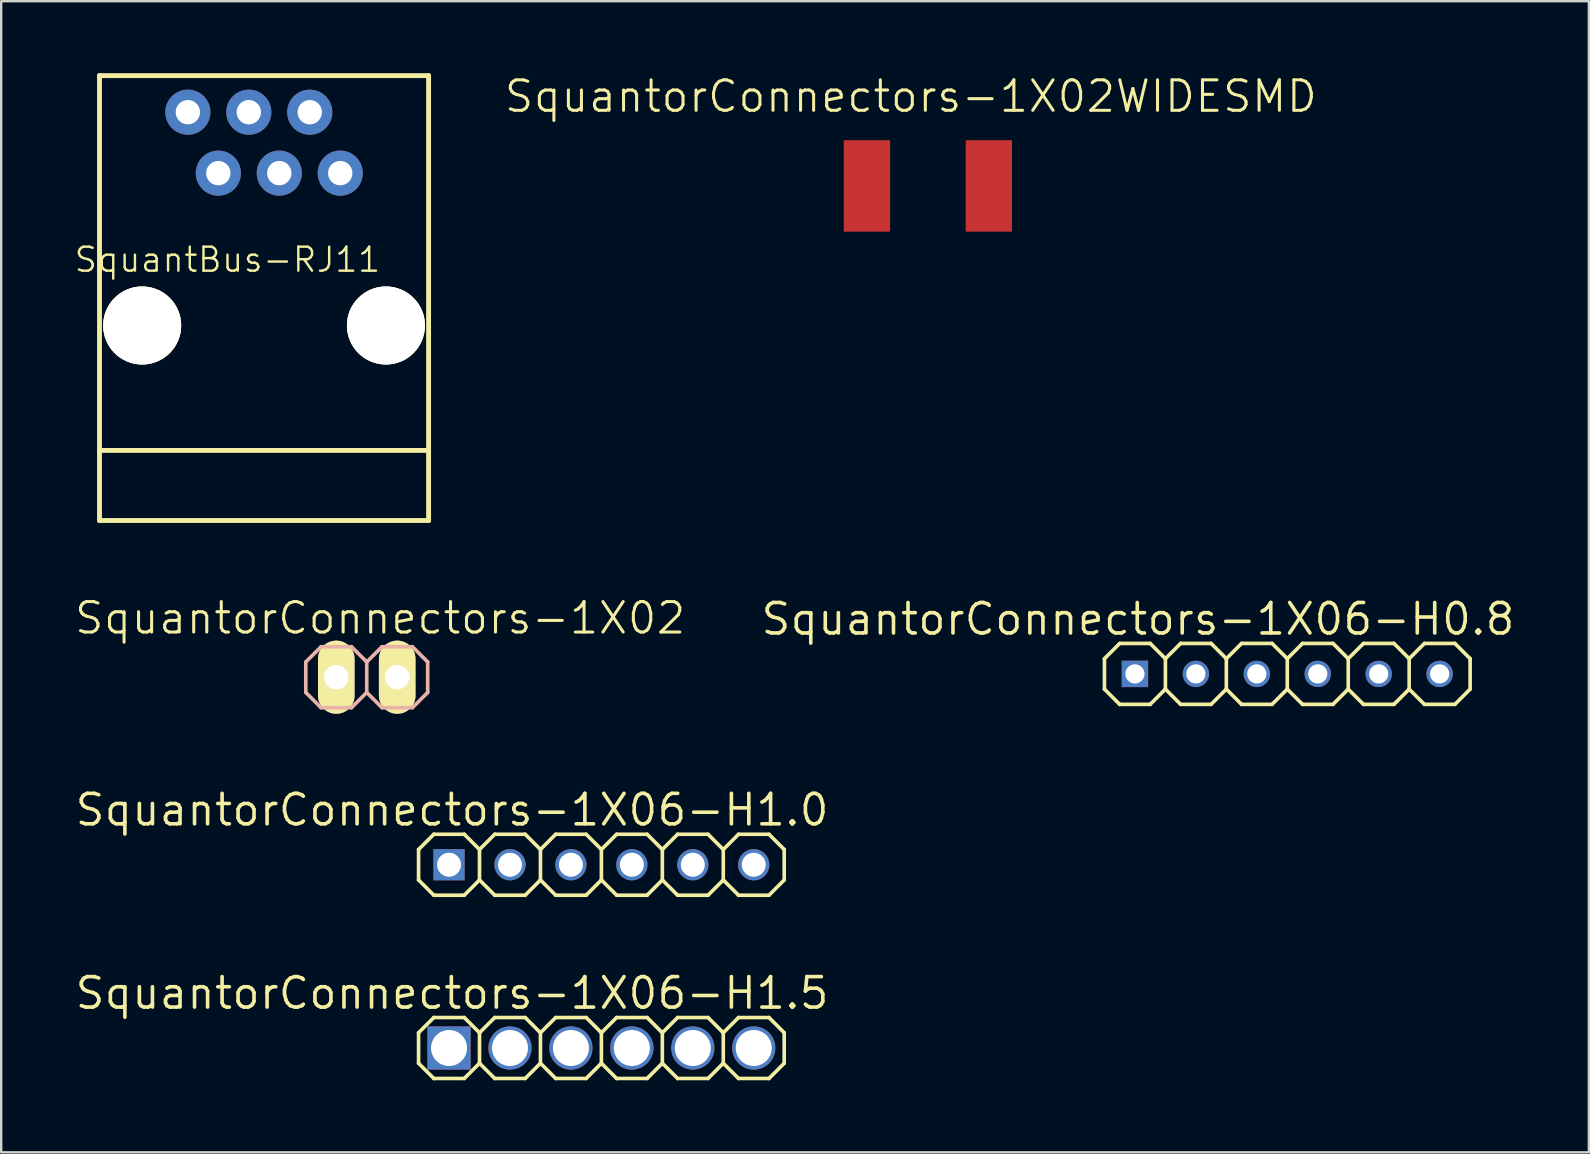
<source format=kicad_pcb>
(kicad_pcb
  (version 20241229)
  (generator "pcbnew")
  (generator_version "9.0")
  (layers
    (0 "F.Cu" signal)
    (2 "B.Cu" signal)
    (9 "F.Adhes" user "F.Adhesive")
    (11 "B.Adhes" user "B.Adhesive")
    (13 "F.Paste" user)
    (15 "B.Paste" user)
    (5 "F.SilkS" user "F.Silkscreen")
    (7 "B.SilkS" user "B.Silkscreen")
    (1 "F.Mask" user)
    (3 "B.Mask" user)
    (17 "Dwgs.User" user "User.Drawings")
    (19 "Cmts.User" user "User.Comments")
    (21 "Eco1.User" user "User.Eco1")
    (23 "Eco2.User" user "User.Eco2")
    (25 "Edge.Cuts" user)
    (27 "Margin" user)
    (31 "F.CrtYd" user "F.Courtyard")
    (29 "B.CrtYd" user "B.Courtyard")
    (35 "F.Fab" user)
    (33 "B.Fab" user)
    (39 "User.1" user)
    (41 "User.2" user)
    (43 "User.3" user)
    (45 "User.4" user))
  (footprint "SquantorConnectors-1X02"
    (layer "F.Cu")
    (at 12.235 25.175)
    (property "Reference" "SquantorConnectors-1X02" (at 0.559 -2.464 0) (layer "F.SilkS") (effects (font (size 1.27 1.27) (thickness 0.127))))
    (attr exclude_from_pos_files exclude_from_bom)
    (fp_line (start -1.524 -0.254) (end -1.016 -0.254) (stroke (width 0.066) (type solid)) (layer "F.SilkS"))
    (fp_line (start -1.524 0.254) (end -1.524 -0.254) (stroke (width 0.066) (type solid)) (layer "F.SilkS"))
    (fp_line (start -1.524 0.254) (end -1.016 0.254) (stroke (width 0.066) (type solid)) (layer "F.SilkS"))
    (fp_line (start -1.016 0.254) (end -1.016 -0.254) (stroke (width 0.066) (type solid)) (layer "F.SilkS"))
    (fp_line (start 1.016 -0.254) (end 1.524 -0.254) (stroke (width 0.066) (type solid)) (layer "F.SilkS"))
    (fp_line (start 1.016 0.254) (end 1.016 -0.254) (stroke (width 0.066) (type solid)) (layer "F.SilkS"))
    (fp_line (start 1.016 0.254) (end 1.524 0.254) (stroke (width 0.066) (type solid)) (layer "F.SilkS"))
    (fp_line (start 1.524 0.254) (end 1.524 -0.254) (stroke (width 0.066) (type solid)) (layer "F.SilkS"))
    (fp_line (start -2.54 -0.635) (end -2.54 0.635) (stroke (width 0.152) (type solid)) (layer "B.SilkS"))
    (fp_line (start -2.54 0.635) (end -1.905 1.27) (stroke (width 0.152) (type solid)) (layer "B.SilkS"))
    (fp_line (start -1.905 -1.27) (end -2.54 -0.635) (stroke (width 0.152) (type solid)) (layer "B.SilkS"))
    (fp_line (start -1.905 -1.27) (end -0.635 -1.27) (stroke (width 0.152) (type solid)) (layer "B.SilkS"))
    (fp_line (start -0.635 -1.27) (end 0 -0.635) (stroke (width 0.152) (type solid)) (layer "B.SilkS"))
    (fp_line (start -0.635 1.27) (end -1.905 1.27) (stroke (width 0.152) (type solid)) (layer "B.SilkS"))
    (fp_line (start 0 -0.635) (end 0 0.635) (stroke (width 0.152) (type solid)) (layer "B.SilkS"))
    (fp_line (start 0 -0.635) (end 0.635 -1.27) (stroke (width 0.152) (type solid)) (layer "B.SilkS"))
    (fp_line (start 0 0.635) (end -0.635 1.27) (stroke (width 0.152) (type solid)) (layer "B.SilkS"))
    (fp_line (start 0.635 -1.27) (end 1.905 -1.27) (stroke (width 0.152) (type solid)) (layer "B.SilkS"))
    (fp_line (start 0.635 1.27) (end 0 0.635) (stroke (width 0.152) (type solid)) (layer "B.SilkS"))
    (fp_line (start 1.905 -1.27) (end 2.54 -0.635) (stroke (width 0.152) (type solid)) (layer "B.SilkS"))
    (fp_line (start 1.905 1.27) (end 0.635 1.27) (stroke (width 0.152) (type solid)) (layer "B.SilkS"))
    (fp_line (start 2.54 -0.635) (end 2.54 0.635) (stroke (width 0.152) (type solid)) (layer "B.SilkS"))
    (fp_line (start 2.54 0.635) (end 1.905 1.27) (stroke (width 0.152) (type solid)) (layer "B.SilkS"))
    (pad "1" thru_hole oval (at -1.27 0 180) (size 1.524 3.048) (drill 1.016) (layers "*.Cu" "F.Mask" "F.SilkS" "F.Paste"))
    (pad "2" thru_hole oval (at 1.27 0 180) (size 1.524 3.048) (drill 1.016) (layers "*.Cu" "F.Mask" "F.SilkS" "F.Paste")))
  (footprint "SquantorConnectors-1X06-H0.8"
    (layer "F.Cu")
    (at 50.602 25.037)
    (property "Reference" "SquantorConnectors-1X06-H0.8" (at -6.223 -2.286 0) (layer "F.SilkS") (effects (font (size 1.27 1.27) (thickness 0.15))))
    (attr exclude_from_pos_files exclude_from_bom)
    (fp_line (start -7.62 -0.635) (end -7.62 0.635) (stroke (width 0.152) (type solid)) (layer "F.SilkS"))
    (fp_line (start -7.62 0.635) (end -6.985 1.27) (stroke (width 0.152) (type solid)) (layer "F.SilkS"))
    (fp_line (start -6.985 -1.27) (end -7.62 -0.635) (stroke (width 0.152) (type solid)) (layer "F.SilkS"))
    (fp_line (start -6.985 -1.27) (end -5.715 -1.27) (stroke (width 0.152) (type solid)) (layer "F.SilkS"))
    (fp_line (start -5.715 -1.27) (end -5.08 -0.635) (stroke (width 0.152) (type solid)) (layer "F.SilkS"))
    (fp_line (start -5.715 1.27) (end -6.985 1.27) (stroke (width 0.152) (type solid)) (layer "F.SilkS"))
    (fp_line (start -5.08 -0.635) (end -5.08 0.635) (stroke (width 0.152) (type solid)) (layer "F.SilkS"))
    (fp_line (start -5.08 -0.635) (end -4.445 -1.27) (stroke (width 0.152) (type solid)) (layer "F.SilkS"))
    (fp_line (start -5.08 0.635) (end -5.715 1.27) (stroke (width 0.152) (type solid)) (layer "F.SilkS"))
    (fp_line (start -4.445 -1.27) (end -3.175 -1.27) (stroke (width 0.152) (type solid)) (layer "F.SilkS"))
    (fp_line (start -4.445 1.27) (end -5.08 0.635) (stroke (width 0.152) (type solid)) (layer "F.SilkS"))
    (fp_line (start -3.175 -1.27) (end -2.54 -0.635) (stroke (width 0.152) (type solid)) (layer "F.SilkS"))
    (fp_line (start -3.175 1.27) (end -4.445 1.27) (stroke (width 0.152) (type solid)) (layer "F.SilkS"))
    (fp_line (start -2.54 -0.635) (end -2.54 0.635) (stroke (width 0.152) (type solid)) (layer "F.SilkS"))
    (fp_line (start -2.54 -0.635) (end -1.905 -1.27) (stroke (width 0.152) (type solid)) (layer "F.SilkS"))
    (fp_line (start -2.54 0.635) (end -3.175 1.27) (stroke (width 0.152) (type solid)) (layer "F.SilkS"))
    (fp_line (start -1.905 -1.27) (end -0.635 -1.27) (stroke (width 0.152) (type solid)) (layer "F.SilkS"))
    (fp_line (start -1.905 1.27) (end -2.54 0.635) (stroke (width 0.152) (type solid)) (layer "F.SilkS"))
    (fp_line (start -0.635 -1.27) (end 0 -0.635) (stroke (width 0.152) (type solid)) (layer "F.SilkS"))
    (fp_line (start -0.635 1.27) (end -1.905 1.27) (stroke (width 0.152) (type solid)) (layer "F.SilkS"))
    (fp_line (start 0 -0.635) (end 0 0.635) (stroke (width 0.152) (type solid)) (layer "F.SilkS"))
    (fp_line (start 0 0.635) (end -0.635 1.27) (stroke (width 0.152) (type solid)) (layer "F.SilkS"))
    (fp_line (start 0 0.635) (end 0.635 1.27) (stroke (width 0.152) (type solid)) (layer "F.SilkS"))
    (fp_line (start 0.635 -1.27) (end 0 -0.635) (stroke (width 0.152) (type solid)) (layer "F.SilkS"))
    (fp_line (start 0.635 -1.27) (end 1.905 -1.27) (stroke (width 0.152) (type solid)) (layer "F.SilkS"))
    (fp_line (start 1.905 -1.27) (end 2.54 -0.635) (stroke (width 0.152) (type solid)) (layer "F.SilkS"))
    (fp_line (start 1.905 1.27) (end 0.635 1.27) (stroke (width 0.152) (type solid)) (layer "F.SilkS"))
    (fp_line (start 2.54 -0.635) (end 2.54 0.635) (stroke (width 0.152) (type solid)) (layer "F.SilkS"))
    (fp_line (start 2.54 -0.635) (end 3.175 -1.27) (stroke (width 0.152) (type solid)) (layer "F.SilkS"))
    (fp_line (start 2.54 0.635) (end 1.905 1.27) (stroke (width 0.152) (type solid)) (layer "F.SilkS"))
    (fp_line (start 3.175 -1.27) (end 4.445 -1.27) (stroke (width 0.152) (type solid)) (layer "F.SilkS"))
    (fp_line (start 3.175 1.27) (end 2.54 0.635) (stroke (width 0.152) (type solid)) (layer "F.SilkS"))
    (fp_line (start 4.445 -1.27) (end 5.08 -0.635) (stroke (width 0.152) (type solid)) (layer "F.SilkS"))
    (fp_line (start 4.445 1.27) (end 3.175 1.27) (stroke (width 0.152) (type solid)) (layer "F.SilkS"))
    (fp_line (start 5.08 -0.635) (end 5.08 0.635) (stroke (width 0.15) (type solid)) (layer "F.SilkS"))
    (fp_line (start 5.08 0.635) (end 4.445 1.27) (stroke (width 0.152) (type solid)) (layer "F.SilkS"))
    (fp_line (start 5.08 0.635) (end 5.715 1.27) (stroke (width 0.152) (type solid)) (layer "F.SilkS"))
    (fp_line (start 5.715 -1.27) (end 5.08 -0.635) (stroke (width 0.152) (type solid)) (layer "F.SilkS"))
    (fp_line (start 5.715 -1.27) (end 6.985 -1.27) (stroke (width 0.152) (type solid)) (layer "F.SilkS"))
    (fp_line (start 6.985 -1.27) (end 7.62 -0.635) (stroke (width 0.152) (type solid)) (layer "F.SilkS"))
    (fp_line (start 6.985 1.27) (end 5.715 1.27) (stroke (width 0.152) (type solid)) (layer "F.SilkS"))
    (fp_line (start 7.62 -0.635) (end 7.62 0.635) (stroke (width 0.152) (type solid)) (layer "F.SilkS"))
    (fp_line (start 7.62 0.635) (end 6.985 1.27) (stroke (width 0.152) (type solid)) (layer "F.SilkS"))
    (pad "1" thru_hole trapezoid (at -6.35 0 180) (size 1.1 1.1) (drill 0.8) (layers "*.Cu" "*.Mask"))
    (pad "2" thru_hole circle (at -3.81 0 180) (size 1.1 1.1) (drill 0.8) (layers "*.Cu" "*.Mask"))
    (pad "3" thru_hole circle (at -1.27 0 180) (size 1.1 1.1) (drill 0.8) (layers "*.Cu" "*.Mask"))
    (pad "4" thru_hole circle (at 1.27 0 180) (size 1.1 1.1) (drill 0.8) (layers "*.Cu" "*.Mask"))
    (pad "5" thru_hole circle (at 3.81 0 180) (size 1.1 1.1) (drill 0.8) (layers "*.Cu" "*.Mask"))
    (pad "6" thru_hole circle (at 6.35 0 180) (size 1.1 1.1) (drill 0.8) (layers "*.Cu" "*.Mask")))
  (footprint "SquantorConnectors-1X06-H1.5"
    (layer "F.Cu")
    (at 22.015 40.629)
    (property "Reference" "SquantorConnectors-1X06-H1.5" (at -6.223 -2.286 0) (layer "F.SilkS") (effects (font (size 1.27 1.27) (thickness 0.15))))
    (attr exclude_from_pos_files exclude_from_bom)
    (fp_line (start -7.62 -0.635) (end -7.62 0.635) (stroke (width 0.152) (type solid)) (layer "F.SilkS"))
    (fp_line (start -7.62 0.635) (end -6.985 1.27) (stroke (width 0.152) (type solid)) (layer "F.SilkS"))
    (fp_line (start -6.985 -1.27) (end -7.62 -0.635) (stroke (width 0.152) (type solid)) (layer "F.SilkS"))
    (fp_line (start -6.985 -1.27) (end -5.715 -1.27) (stroke (width 0.152) (type solid)) (layer "F.SilkS"))
    (fp_line (start -5.715 -1.27) (end -5.08 -0.635) (stroke (width 0.152) (type solid)) (layer "F.SilkS"))
    (fp_line (start -5.715 1.27) (end -6.985 1.27) (stroke (width 0.152) (type solid)) (layer "F.SilkS"))
    (fp_line (start -5.08 -0.635) (end -5.08 0.635) (stroke (width 0.152) (type solid)) (layer "F.SilkS"))
    (fp_line (start -5.08 -0.635) (end -4.445 -1.27) (stroke (width 0.152) (type solid)) (layer "F.SilkS"))
    (fp_line (start -5.08 0.635) (end -5.715 1.27) (stroke (width 0.152) (type solid)) (layer "F.SilkS"))
    (fp_line (start -4.445 -1.27) (end -3.175 -1.27) (stroke (width 0.152) (type solid)) (layer "F.SilkS"))
    (fp_line (start -4.445 1.27) (end -5.08 0.635) (stroke (width 0.152) (type solid)) (layer "F.SilkS"))
    (fp_line (start -3.175 -1.27) (end -2.54 -0.635) (stroke (width 0.152) (type solid)) (layer "F.SilkS"))
    (fp_line (start -3.175 1.27) (end -4.445 1.27) (stroke (width 0.152) (type solid)) (layer "F.SilkS"))
    (fp_line (start -2.54 -0.635) (end -2.54 0.635) (stroke (width 0.152) (type solid)) (layer "F.SilkS"))
    (fp_line (start -2.54 -0.635) (end -1.905 -1.27) (stroke (width 0.152) (type solid)) (layer "F.SilkS"))
    (fp_line (start -2.54 0.635) (end -3.175 1.27) (stroke (width 0.152) (type solid)) (layer "F.SilkS"))
    (fp_line (start -1.905 -1.27) (end -0.635 -1.27) (stroke (width 0.152) (type solid)) (layer "F.SilkS"))
    (fp_line (start -1.905 1.27) (end -2.54 0.635) (stroke (width 0.152) (type solid)) (layer "F.SilkS"))
    (fp_line (start -0.635 -1.27) (end 0 -0.635) (stroke (width 0.152) (type solid)) (layer "F.SilkS"))
    (fp_line (start -0.635 1.27) (end -1.905 1.27) (stroke (width 0.152) (type solid)) (layer "F.SilkS"))
    (fp_line (start 0 -0.635) (end 0 0.635) (stroke (width 0.152) (type solid)) (layer "F.SilkS"))
    (fp_line (start 0 0.635) (end -0.635 1.27) (stroke (width 0.152) (type solid)) (layer "F.SilkS"))
    (fp_line (start 0 0.635) (end 0.635 1.27) (stroke (width 0.152) (type solid)) (layer "F.SilkS"))
    (fp_line (start 0.635 -1.27) (end 0 -0.635) (stroke (width 0.152) (type solid)) (layer "F.SilkS"))
    (fp_line (start 0.635 -1.27) (end 1.905 -1.27) (stroke (width 0.152) (type solid)) (layer "F.SilkS"))
    (fp_line (start 1.905 -1.27) (end 2.54 -0.635) (stroke (width 0.152) (type solid)) (layer "F.SilkS"))
    (fp_line (start 1.905 1.27) (end 0.635 1.27) (stroke (width 0.152) (type solid)) (layer "F.SilkS"))
    (fp_line (start 2.54 -0.635) (end 2.54 0.635) (stroke (width 0.152) (type solid)) (layer "F.SilkS"))
    (fp_line (start 2.54 -0.635) (end 3.175 -1.27) (stroke (width 0.152) (type solid)) (layer "F.SilkS"))
    (fp_line (start 2.54 0.635) (end 1.905 1.27) (stroke (width 0.152) (type solid)) (layer "F.SilkS"))
    (fp_line (start 3.175 -1.27) (end 4.445 -1.27) (stroke (width 0.152) (type solid)) (layer "F.SilkS"))
    (fp_line (start 3.175 1.27) (end 2.54 0.635) (stroke (width 0.152) (type solid)) (layer "F.SilkS"))
    (fp_line (start 4.445 -1.27) (end 5.08 -0.635) (stroke (width 0.152) (type solid)) (layer "F.SilkS"))
    (fp_line (start 4.445 1.27) (end 3.175 1.27) (stroke (width 0.152) (type solid)) (layer "F.SilkS"))
    (fp_line (start 5.08 -0.635) (end 5.08 0.635) (stroke (width 0.15) (type solid)) (layer "F.SilkS"))
    (fp_line (start 5.08 0.635) (end 4.445 1.27) (stroke (width 0.152) (type solid)) (layer "F.SilkS"))
    (fp_line (start 5.08 0.635) (end 5.715 1.27) (stroke (width 0.152) (type solid)) (layer "F.SilkS"))
    (fp_line (start 5.715 -1.27) (end 5.08 -0.635) (stroke (width 0.152) (type solid)) (layer "F.SilkS"))
    (fp_line (start 5.715 -1.27) (end 6.985 -1.27) (stroke (width 0.152) (type solid)) (layer "F.SilkS"))
    (fp_line (start 6.985 -1.27) (end 7.62 -0.635) (stroke (width 0.152) (type solid)) (layer "F.SilkS"))
    (fp_line (start 6.985 1.27) (end 5.715 1.27) (stroke (width 0.152) (type solid)) (layer "F.SilkS"))
    (fp_line (start 7.62 -0.635) (end 7.62 0.635) (stroke (width 0.152) (type solid)) (layer "F.SilkS"))
    (fp_line (start 7.62 0.635) (end 6.985 1.27) (stroke (width 0.152) (type solid)) (layer "F.SilkS"))
    (pad "1" thru_hole trapezoid (at -6.35 0 180) (size 1.8 1.8) (drill 1.5) (layers "*.Cu" "*.Mask"))
    (pad "2" thru_hole circle (at -3.81 0 180) (size 1.8 1.8) (drill 1.5) (layers "*.Cu" "*.Mask"))
    (pad "3" thru_hole circle (at -1.27 0 180) (size 1.8 1.8) (drill 1.5) (layers "*.Cu" "*.Mask"))
    (pad "4" thru_hole circle (at 1.27 0 180) (size 1.8 1.8) (drill 1.5) (layers "*.Cu" "*.Mask"))
    (pad "5" thru_hole circle (at 3.81 0 180) (size 1.8 1.8) (drill 1.5) (layers "*.Cu" "*.Mask"))
    (pad "6" thru_hole circle (at 6.35 0 180) (size 1.8 1.8) (drill 1.5) (layers "*.Cu" "*.Mask")))
  (footprint "SquantorConnectors-1X02WIDESMD"
    (layer "F.Cu")
    (at 35.623 4.7)
    (property "Reference" "SquantorConnectors-1X02WIDESMD" (at -0.711 -3.734 0) (layer "F.SilkS") (effects (font (size 1.27 1.27) (thickness 0.127))))
    (attr smd)
    (pad "1" smd rect (at -2.54 0 90) (size 3.81 1.93) (layers "F.Cu" "F.Mask" "F.Paste"))
    (pad "2" smd rect (at 2.54 0 90) (size 3.81 1.93) (layers "F.Cu" "F.Mask" "F.Paste")))
  (footprint "SquantorConnectors-1X06-H1.0"
    (layer "F.Cu")
    (at 22.015 32.991)
    (property "Reference" "SquantorConnectors-1X06-H1.0" (at -6.223 -2.286 0) (layer "F.SilkS") (effects (font (size 1.27 1.27) (thickness 0.15))))
    (attr exclude_from_pos_files exclude_from_bom)
    (fp_line (start -7.62 -0.635) (end -7.62 0.635) (stroke (width 0.152) (type solid)) (layer "F.SilkS"))
    (fp_line (start -7.62 0.635) (end -6.985 1.27) (stroke (width 0.152) (type solid)) (layer "F.SilkS"))
    (fp_line (start -6.985 -1.27) (end -7.62 -0.635) (stroke (width 0.152) (type solid)) (layer "F.SilkS"))
    (fp_line (start -6.985 -1.27) (end -5.715 -1.27) (stroke (width 0.152) (type solid)) (layer "F.SilkS"))
    (fp_line (start -5.715 -1.27) (end -5.08 -0.635) (stroke (width 0.152) (type solid)) (layer "F.SilkS"))
    (fp_line (start -5.715 1.27) (end -6.985 1.27) (stroke (width 0.152) (type solid)) (layer "F.SilkS"))
    (fp_line (start -5.08 -0.635) (end -5.08 0.635) (stroke (width 0.152) (type solid)) (layer "F.SilkS"))
    (fp_line (start -5.08 -0.635) (end -4.445 -1.27) (stroke (width 0.152) (type solid)) (layer "F.SilkS"))
    (fp_line (start -5.08 0.635) (end -5.715 1.27) (stroke (width 0.152) (type solid)) (layer "F.SilkS"))
    (fp_line (start -4.445 -1.27) (end -3.175 -1.27) (stroke (width 0.152) (type solid)) (layer "F.SilkS"))
    (fp_line (start -4.445 1.27) (end -5.08 0.635) (stroke (width 0.152) (type solid)) (layer "F.SilkS"))
    (fp_line (start -3.175 -1.27) (end -2.54 -0.635) (stroke (width 0.152) (type solid)) (layer "F.SilkS"))
    (fp_line (start -3.175 1.27) (end -4.445 1.27) (stroke (width 0.152) (type solid)) (layer "F.SilkS"))
    (fp_line (start -2.54 -0.635) (end -2.54 0.635) (stroke (width 0.152) (type solid)) (layer "F.SilkS"))
    (fp_line (start -2.54 -0.635) (end -1.905 -1.27) (stroke (width 0.152) (type solid)) (layer "F.SilkS"))
    (fp_line (start -2.54 0.635) (end -3.175 1.27) (stroke (width 0.152) (type solid)) (layer "F.SilkS"))
    (fp_line (start -1.905 -1.27) (end -0.635 -1.27) (stroke (width 0.152) (type solid)) (layer "F.SilkS"))
    (fp_line (start -1.905 1.27) (end -2.54 0.635) (stroke (width 0.152) (type solid)) (layer "F.SilkS"))
    (fp_line (start -0.635 -1.27) (end 0 -0.635) (stroke (width 0.152) (type solid)) (layer "F.SilkS"))
    (fp_line (start -0.635 1.27) (end -1.905 1.27) (stroke (width 0.152) (type solid)) (layer "F.SilkS"))
    (fp_line (start 0 -0.635) (end 0 0.635) (stroke (width 0.152) (type solid)) (layer "F.SilkS"))
    (fp_line (start 0 0.635) (end -0.635 1.27) (stroke (width 0.152) (type solid)) (layer "F.SilkS"))
    (fp_line (start 0 0.635) (end 0.635 1.27) (stroke (width 0.152) (type solid)) (layer "F.SilkS"))
    (fp_line (start 0.635 -1.27) (end 0 -0.635) (stroke (width 0.152) (type solid)) (layer "F.SilkS"))
    (fp_line (start 0.635 -1.27) (end 1.905 -1.27) (stroke (width 0.152) (type solid)) (layer "F.SilkS"))
    (fp_line (start 1.905 -1.27) (end 2.54 -0.635) (stroke (width 0.152) (type solid)) (layer "F.SilkS"))
    (fp_line (start 1.905 1.27) (end 0.635 1.27) (stroke (width 0.152) (type solid)) (layer "F.SilkS"))
    (fp_line (start 2.54 -0.635) (end 2.54 0.635) (stroke (width 0.152) (type solid)) (layer "F.SilkS"))
    (fp_line (start 2.54 -0.635) (end 3.175 -1.27) (stroke (width 0.152) (type solid)) (layer "F.SilkS"))
    (fp_line (start 2.54 0.635) (end 1.905 1.27) (stroke (width 0.152) (type solid)) (layer "F.SilkS"))
    (fp_line (start 3.175 -1.27) (end 4.445 -1.27) (stroke (width 0.152) (type solid)) (layer "F.SilkS"))
    (fp_line (start 3.175 1.27) (end 2.54 0.635) (stroke (width 0.152) (type solid)) (layer "F.SilkS"))
    (fp_line (start 4.445 -1.27) (end 5.08 -0.635) (stroke (width 0.152) (type solid)) (layer "F.SilkS"))
    (fp_line (start 4.445 1.27) (end 3.175 1.27) (stroke (width 0.152) (type solid)) (layer "F.SilkS"))
    (fp_line (start 5.08 -0.635) (end 5.08 0.635) (stroke (width 0.15) (type solid)) (layer "F.SilkS"))
    (fp_line (start 5.08 0.635) (end 4.445 1.27) (stroke (width 0.152) (type solid)) (layer "F.SilkS"))
    (fp_line (start 5.08 0.635) (end 5.715 1.27) (stroke (width 0.152) (type solid)) (layer "F.SilkS"))
    (fp_line (start 5.715 -1.27) (end 5.08 -0.635) (stroke (width 0.152) (type solid)) (layer "F.SilkS"))
    (fp_line (start 5.715 -1.27) (end 6.985 -1.27) (stroke (width 0.152) (type solid)) (layer "F.SilkS"))
    (fp_line (start 6.985 -1.27) (end 7.62 -0.635) (stroke (width 0.152) (type solid)) (layer "F.SilkS"))
    (fp_line (start 6.985 1.27) (end 5.715 1.27) (stroke (width 0.152) (type solid)) (layer "F.SilkS"))
    (fp_line (start 7.62 -0.635) (end 7.62 0.635) (stroke (width 0.152) (type solid)) (layer "F.SilkS"))
    (fp_line (start 7.62 0.635) (end 6.985 1.27) (stroke (width 0.152) (type solid)) (layer "F.SilkS"))
    (pad "1" thru_hole trapezoid (at -6.35 0 180) (size 1.3 1.3) (drill 1) (layers "*.Cu" "*.Mask"))
    (pad "2" thru_hole circle (at -3.81 0 180) (size 1.3 1.3) (drill 1) (layers "*.Cu" "*.Mask"))
    (pad "3" thru_hole circle (at -1.27 0 180) (size 1.3 1.3) (drill 1) (layers "*.Cu" "*.Mask"))
    (pad "4" thru_hole circle (at 1.27 0 180) (size 1.3 1.3) (drill 1) (layers "*.Cu" "*.Mask"))
    (pad "5" thru_hole circle (at 3.81 0 180) (size 1.3 1.3) (drill 1) (layers "*.Cu" "*.Mask"))
    (pad "6" thru_hole circle (at 6.35 0 180) (size 1.3 1.3) (drill 1) (layers "*.Cu" "*.Mask")))
  (footprint "SquantBus-RJ11"
    (layer "F.Cu")
    (at 7.955 10.516)
    (property "Reference" "SquantBus-RJ11" (at -1.524 -2.743 0) (layer "F.SilkS") (effects (font (size 1 1) (thickness 0.1))))
    (attr exclude_from_pos_files exclude_from_bom)
    (fp_line (start -6.858 -10.414) (end -6.858 5.207) (stroke (width 0.203) (type solid)) (layer "F.SilkS"))
    (fp_line (start -6.858 5.207) (end -6.858 8.128) (stroke (width 0.203) (type solid)) (layer "F.SilkS"))
    (fp_line (start -6.858 8.128) (end 6.858 8.128) (stroke (width 0.203) (type solid)) (layer "F.SilkS"))
    (fp_line (start 6.858 -10.414) (end -6.858 -10.414) (stroke (width 0.203) (type solid)) (layer "F.SilkS"))
    (fp_line (start 6.858 5.207) (end -6.858 5.207) (stroke (width 0.203) (type solid)) (layer "F.SilkS"))
    (fp_line (start 6.858 5.207) (end 6.858 -10.414) (stroke (width 0.203) (type solid)) (layer "F.SilkS"))
    (fp_line (start 6.858 8.128) (end 6.858 5.207) (stroke (width 0.203) (type solid)) (layer "F.SilkS"))
    (pad "1" thru_hole circle (at -3.175 -8.89) (size 1.88 1.88) (drill 1.016) (layers "*.Cu" "*.Mask"))
    (pad "2" thru_hole circle (at -1.905 -6.35) (size 1.88 1.88) (drill 1.016) (layers "*.Cu" "*.Mask"))
    (pad "3" thru_hole circle (at -0.635 -8.89) (size 1.88 1.88) (drill 1.016) (layers "*.Cu" "*.Mask"))
    (pad "4" thru_hole circle (at 0.635 -6.35) (size 1.88 1.88) (drill 1.016) (layers "*.Cu" "*.Mask"))
    (pad "5" thru_hole circle (at 1.905 -8.89) (size 1.88 1.88) (drill 1.016) (layers "*.Cu" "*.Mask"))
    (pad "6" thru_hole circle (at 3.175 -6.35) (size 1.88 1.88) (drill 1.016) (layers "*.Cu" "*.Mask"))
    (pad "MOUN" thru_hole circle (at -5.08 0) (size 3.251 3.251) (drill 3.251) (layers "*.Cu" "*.Mask" "F.SilkS"))
    (pad "MOUN" thru_hole circle (at 5.08 0) (size 3.251 3.251) (drill 3.251) (layers "*.Cu" "*.Mask" "F.SilkS")))
  (gr_rect
    (start -3 -3)
    (end 63.171 44.976)
    (stroke (width 0.1) (type default))
    (fill no)
    (layer "Edge.Cuts")))
</source>
